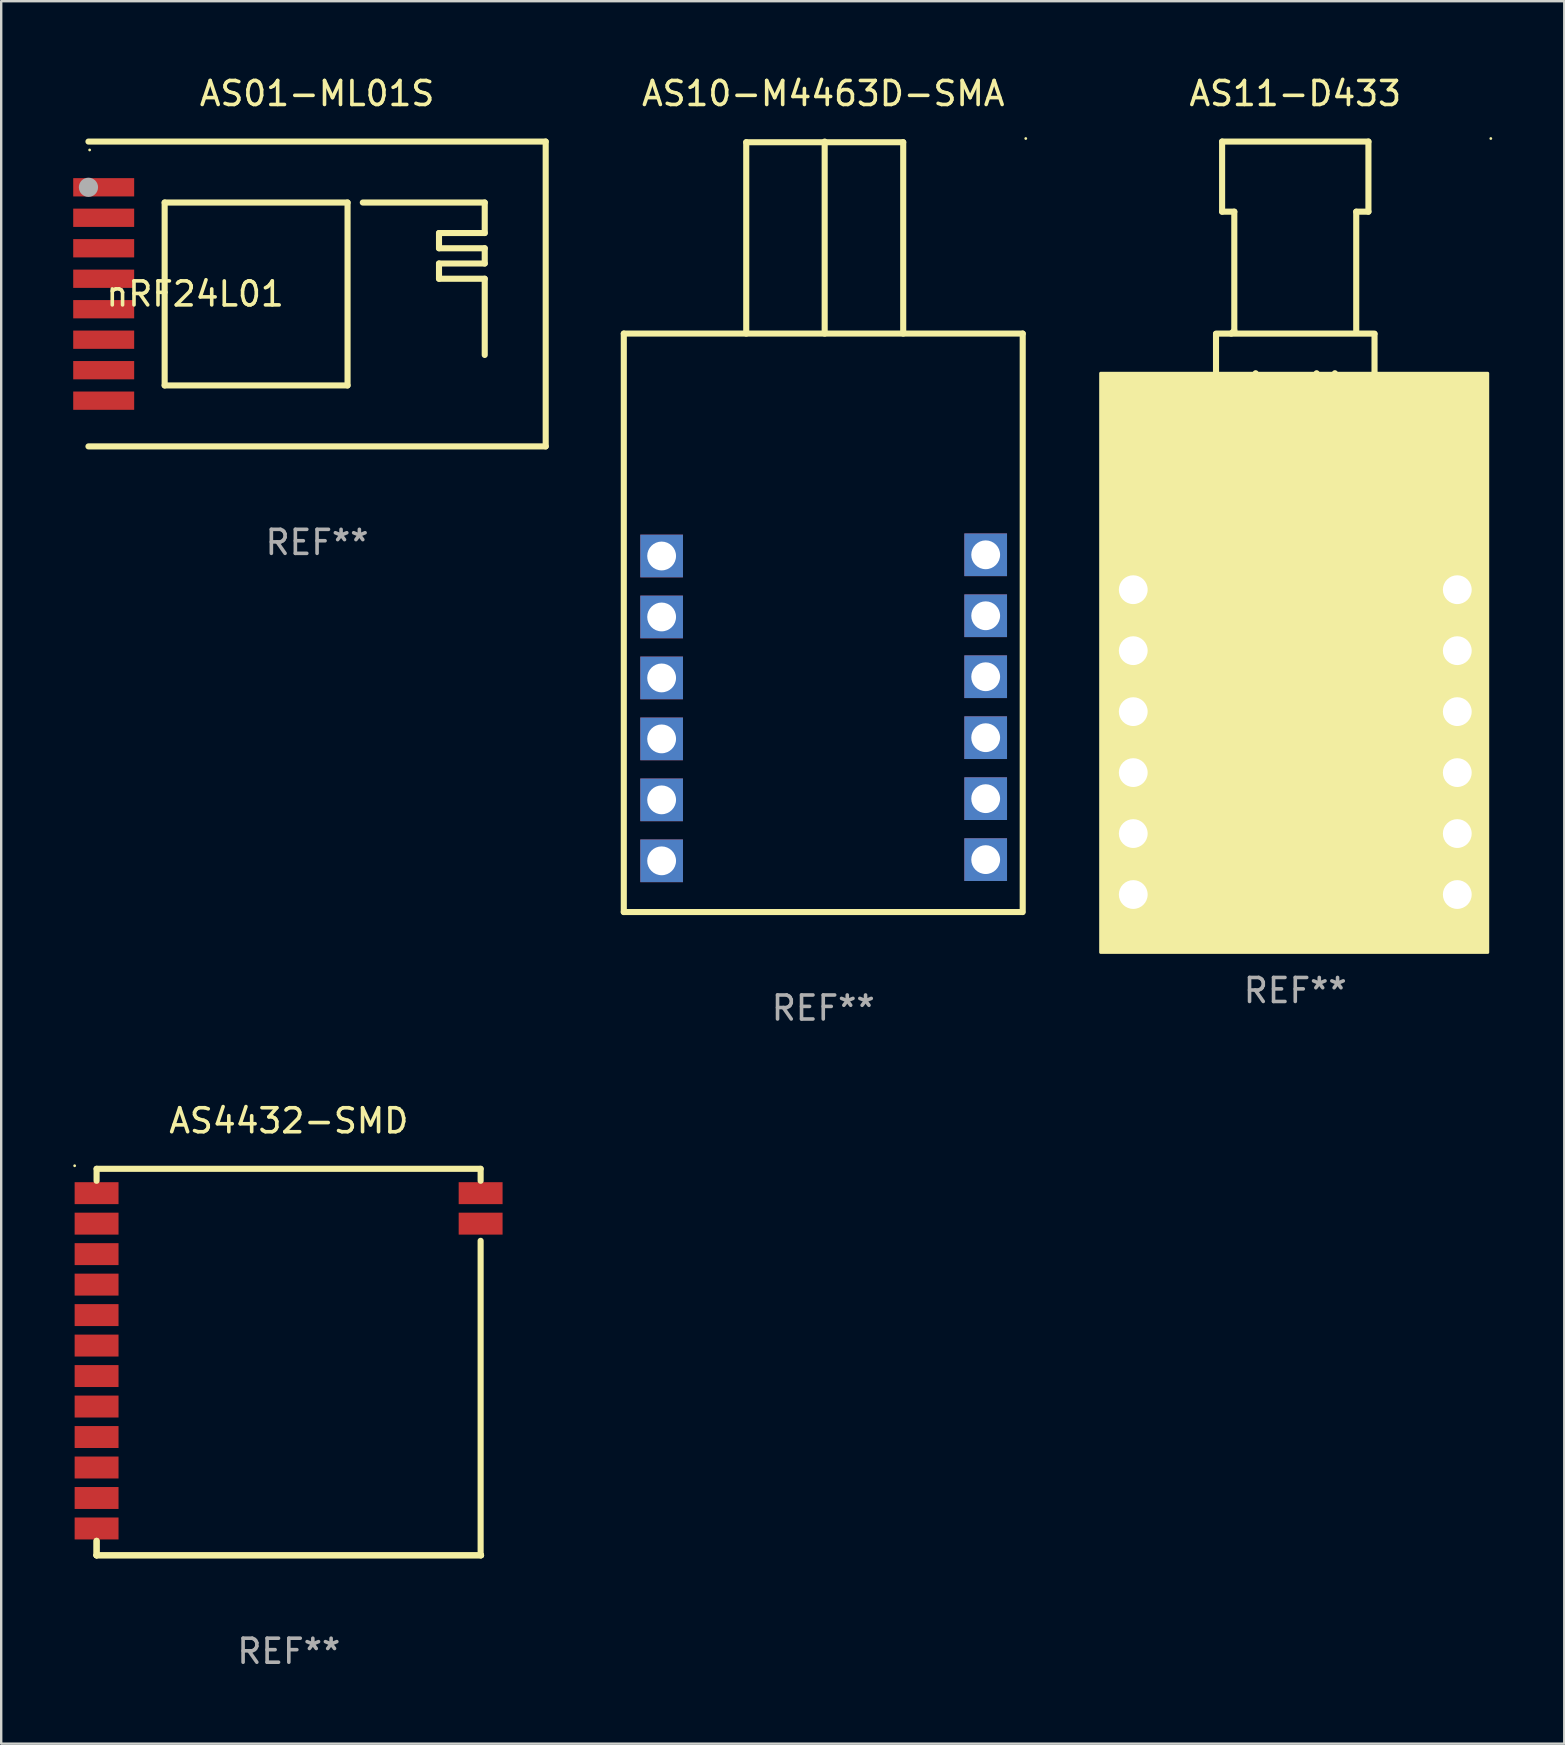
<source format=kicad_pcb>
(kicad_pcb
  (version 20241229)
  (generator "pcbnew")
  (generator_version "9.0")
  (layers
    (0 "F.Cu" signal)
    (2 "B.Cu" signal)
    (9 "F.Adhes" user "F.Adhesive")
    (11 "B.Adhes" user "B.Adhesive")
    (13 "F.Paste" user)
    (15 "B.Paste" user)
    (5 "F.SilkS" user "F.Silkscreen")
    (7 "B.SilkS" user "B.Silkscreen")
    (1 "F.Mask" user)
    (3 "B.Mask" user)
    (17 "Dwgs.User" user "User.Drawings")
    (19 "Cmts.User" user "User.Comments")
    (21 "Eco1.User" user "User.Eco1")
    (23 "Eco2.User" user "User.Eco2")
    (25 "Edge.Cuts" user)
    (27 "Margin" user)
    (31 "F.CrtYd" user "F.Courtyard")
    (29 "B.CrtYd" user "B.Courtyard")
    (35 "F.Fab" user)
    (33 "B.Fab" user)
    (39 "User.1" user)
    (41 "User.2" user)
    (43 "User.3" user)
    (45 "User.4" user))
  (footprint "AS4432-SMD"
    (layer "F.Cu")
    (at 8.983 53.696)
    (property "Reference" "AS4432-SMD" (at 0 -10.051 0) (layer "F.SilkS") (effects (font (size 1 1) (thickness 0.15))))
    (attr through_hole)
    (fp_line (start -8.009 -8.051) (end 7.991 -8.051) (stroke (width 0.254) (type solid)) (layer "F.SilkS"))
    (fp_line (start -8.009 -7.551) (end -8.009 -8.051) (stroke (width 0.254) (type solid)) (layer "F.SilkS"))
    (fp_line (start -8.009 7.449) (end -8.009 8.051) (stroke (width 0.254) (type solid)) (layer "F.SilkS"))
    (fp_line (start -8.009 8.051) (end -8.009 7.449) (stroke (width 0.254) (type solid)) (layer "F.SilkS"))
    (fp_line (start -8.009 8.051) (end -8.009 8.051) (stroke (width 0.254) (type solid)) (layer "F.SilkS"))
    (fp_line (start -8.009 8.051) (end -8.009 8.051) (stroke (width 0.254) (type solid)) (layer "F.SilkS"))
    (fp_line (start -8.009 8.051) (end 8.009 8.051) (stroke (width 0.254) (type solid)) (layer "F.SilkS"))
    (fp_line (start 7.991 -8.051) (end 7.991 -7.551) (stroke (width 0.254) (type solid)) (layer "F.SilkS"))
    (fp_line (start 7.991 8.051) (end 7.991 -5.051) (stroke (width 0.254) (type solid)) (layer "F.SilkS"))
    (fp_line (start 8.009 8.051) (end -8.009 8.051) (stroke (width 0.254) (type solid)) (layer "F.SilkS"))
    (fp_line (start 8.009 8.051) (end 8.009 8.051) (stroke (width 0.254) (type solid)) (layer "F.SilkS"))
    (fp_circle (center -8.923 -8.178) (end -8.893 -8.178) (stroke (width 0.06) (type solid)) (fill no) (layer "F.SilkS"))
    (fp_text user "REF**" (at 0 12.051 0) (layer "F.Fab") (effects (font (size 1 1) (thickness 0.15))))
    (pad "1" smd rect (at -8.009 -7.036) (size 1.829 0.914) (layers "F.Cu" "F.Mask" "F.Paste"))
    (pad "2" smd rect (at -8.009 -5.766) (size 1.829 0.914) (layers "F.Cu" "F.Mask" "F.Paste"))
    (pad "3" smd rect (at -8.009 -4.496) (size 1.829 0.914) (layers "F.Cu" "F.Mask" "F.Paste"))
    (pad "4" smd rect (at -8.009 -3.226) (size 1.829 0.914) (layers "F.Cu" "F.Mask" "F.Paste"))
    (pad "5" smd rect (at -8.009 -1.956) (size 1.829 0.914) (layers "F.Cu" "F.Mask" "F.Paste"))
    (pad "6" smd rect (at -8.009 -0.686) (size 1.829 0.914) (layers "F.Cu" "F.Mask" "F.Paste"))
    (pad "7" smd rect (at -8.009 0.584) (size 1.829 0.914) (layers "F.Cu" "F.Mask" "F.Paste"))
    (pad "8" smd rect (at -8.009 1.854) (size 1.829 0.914) (layers "F.Cu" "F.Mask" "F.Paste"))
    (pad "9" smd rect (at -8.009 3.124) (size 1.829 0.914) (layers "F.Cu" "F.Mask" "F.Paste"))
    (pad "10" smd rect (at -8.009 4.394) (size 1.829 0.914) (layers "F.Cu" "F.Mask" "F.Paste"))
    (pad "11" smd rect (at -8.009 5.664) (size 1.829 0.914) (layers "F.Cu" "F.Mask" "F.Paste"))
    (pad "12" smd rect (at -8.009 6.934) (size 1.829 0.914) (layers "F.Cu" "F.Mask" "F.Paste"))
    (pad "13" smd rect (at 7.991 -7.036) (size 1.829 0.914) (layers "F.Cu" "F.Mask" "F.Paste"))
    (pad "14" smd rect (at 7.991 -5.766) (size 1.829 0.914) (layers "F.Cu" "F.Mask" "F.Paste")))
  (footprint "AS11-D433"
    (layer "F.Cu")
    (at 50.914 18.533)
    (property "Reference" "AS11-D433" (at 0 -17.685 0) (layer "F.SilkS") (effects (font (size 1 1) (thickness 0.15))))
    (attr through_hole)
    (fp_line (start -3.302 -7.684) (end 3.302 -7.684) (stroke (width 0.254) (type solid)) (layer "F.SilkS"))
    (fp_line (start -3.302 -7.666) (end -3.302 -6.026) (stroke (width 0.254) (type solid)) (layer "F.SilkS"))
    (fp_line (start -3.302 -6.033) (end -3.302 -3.366) (stroke (width 0.254) (type solid)) (layer "F.SilkS"))
    (fp_line (start -3.302 -3.366) (end -1.651 -3.366) (stroke (width 0.254) (type solid)) (layer "F.SilkS"))
    (fp_line (start -3.048 -15.685) (end -3.048 -12.764) (stroke (width 0.254) (type solid)) (layer "F.SilkS"))
    (fp_line (start -3.048 -15.685) (end 3.048 -15.685) (stroke (width 0.254) (type solid)) (layer "F.SilkS"))
    (fp_line (start -3.048 -12.764) (end -2.54 -12.764) (stroke (width 0.254) (type solid)) (layer "F.SilkS"))
    (fp_line (start -2.54 -12.764) (end -2.54 -7.811) (stroke (width 0.254) (type solid)) (layer "F.SilkS"))
    (fp_line (start -2.54 -7.811) (end -2.667 -7.684) (stroke (width 0.254) (type solid)) (layer "F.SilkS"))
    (fp_line (start -1.651 -3.366) (end -1.651 -6.033) (stroke (width 0.254) (type solid)) (layer "F.SilkS"))
    (fp_line (start -0.889 -5.906) (end -0.889 -3.366) (stroke (width 0.254) (type solid)) (layer "F.SilkS"))
    (fp_line (start -0.889 -3.366) (end 0.889 -3.366) (stroke (width 0.254) (type solid)) (layer "F.SilkS"))
    (fp_line (start 0.889 -3.366) (end 0.889 -6.033) (stroke (width 0.254) (type solid)) (layer "F.SilkS"))
    (fp_line (start 1.651 -3.366) (end 1.651 -6.033) (stroke (width 0.254) (type solid)) (layer "F.SilkS"))
    (fp_line (start 2.54 -12.764) (end 2.54 -7.811) (stroke (width 0.254) (type solid)) (layer "F.SilkS"))
    (fp_line (start 3.048 -15.685) (end 3.048 -12.764) (stroke (width 0.254) (type solid)) (layer "F.SilkS"))
    (fp_line (start 3.048 -12.764) (end 2.54 -12.764) (stroke (width 0.254) (type solid)) (layer "F.SilkS"))
    (fp_line (start 3.302 -6.033) (end 3.302 -7.666) (stroke (width 0.254) (type solid)) (layer "F.SilkS"))
    (fp_line (start 3.302 -6.033) (end 3.302 -3.366) (stroke (width 0.254) (type solid)) (layer "F.SilkS"))
    (fp_line (start 3.302 -3.366) (end 1.651 -3.366) (stroke (width 0.254) (type solid)) (layer "F.SilkS"))
    (fp_circle (center 8.147 -15.812) (end 8.177 -15.812) (stroke (width 0.06) (type solid)) (fill no) (layer "F.SilkS"))
    (fp_poly (pts (xy -8.109 -6.033) (xy 8.02 -6.033) (xy 8.02 18.098) (xy -8.109 18.098)) (stroke (width 0.12) (type solid)) (fill yes) (layer "F.SilkS"))
    (fp_text user "REF**" (at 0 19.685 0) (layer "F.Fab") (effects (font (size 1 1) (thickness 0.15))))
    (pad "1" thru_hole circle (at 6.75 2.985) (size 2 2) (drill 1.2) (layers "*.Cu" "*.Mask"))
    (pad "2" thru_hole circle (at 6.75 5.525) (size 2 2) (drill 1.2) (layers "*.Cu" "*.Mask"))
    (pad "3" thru_hole circle (at 6.75 8.065) (size 2 2) (drill 1.2) (layers "*.Cu" "*.Mask"))
    (pad "4" thru_hole circle (at 6.75 10.605) (size 2 2) (drill 1.2) (layers "*.Cu" "*.Mask"))
    (pad "5" thru_hole circle (at 6.75 13.145) (size 2 2) (drill 1.2) (layers "*.Cu" "*.Mask"))
    (pad "6" thru_hole circle (at 6.75 15.685) (size 2 2) (drill 1.2) (layers "*.Cu" "*.Mask"))
    (pad "7" thru_hole circle (at -6.75 15.685) (size 2 2) (drill 1.2) (layers "*.Cu" "*.Mask"))
    (pad "8" thru_hole circle (at -6.75 13.145) (size 2 2) (drill 1.2) (layers "*.Cu" "*.Mask"))
    (pad "9" thru_hole circle (at -6.75 10.605) (size 2 2) (drill 1.2) (layers "*.Cu" "*.Mask"))
    (pad "10" thru_hole circle (at -6.75 8.065) (size 2 2) (drill 1.2) (layers "*.Cu" "*.Mask"))
    (pad "11" thru_hole circle (at -6.75 5.525) (size 2 2) (drill 1.2) (layers "*.Cu" "*.Mask"))
    (pad "12" thru_hole circle (at -6.75 2.985) (size 2 2) (drill 1.2) (layers "*.Cu" "*.Mask")))
  (footprint "AS10-M4463D-SMA"
    (layer "F.Cu")
    (at 31.249 18.898)
    (property "Reference" "AS10-M4463D-SMA" (at 0 -18.05 0) (layer "F.SilkS") (effects (font (size 1 1) (thickness 0.15))))
    (attr through_hole)
    (fp_line (start -8.31 -8.05) (end 8.31 -8.05) (stroke (width 0.254) (type solid)) (layer "F.SilkS"))
    (fp_line (start -8.31 16.05) (end -8.31 -8.05) (stroke (width 0.254) (type solid)) (layer "F.SilkS"))
    (fp_line (start -3.209 -16.023) (end -3.209 -8.05) (stroke (width 0.254) (type solid)) (layer "F.SilkS"))
    (fp_line (start -3.209 -16.023) (end 3.331 -16.023) (stroke (width 0.254) (type solid)) (layer "F.SilkS"))
    (fp_line (start 0.059 -8.05) (end 0.059 -16.05) (stroke (width 0.254) (type solid)) (layer "F.SilkS"))
    (fp_line (start 3.331 -16.023) (end 3.331 -8.05) (stroke (width 0.254) (type solid)) (layer "F.SilkS"))
    (fp_line (start 8.289 16.05) (end -8.31 16.05) (stroke (width 0.254) (type solid)) (layer "F.SilkS"))
    (fp_line (start 8.31 -8.05) (end 8.31 16.05) (stroke (width 0.254) (type solid)) (layer "F.SilkS"))
    (fp_circle (center 8.437 -16.177) (end 8.467 -16.177) (stroke (width 0.06) (type solid)) (fill no) (layer "F.SilkS"))
    (fp_text user "REF**" (at 0 20.05 0) (layer "F.Fab") (effects (font (size 1 1) (thickness 0.15))))
    (pad "1" thru_hole rect (at 6.767 1.166 270) (size 1.778 1.778) (drill 1.2) (layers "*.Cu" "*.Mask"))
    (pad "2" thru_hole rect (at 6.767 3.706 270) (size 1.778 1.778) (drill 1.2) (layers "*.Cu" "*.Mask"))
    (pad "3" thru_hole rect (at 6.767 6.246 270) (size 1.778 1.778) (drill 1.2) (layers "*.Cu" "*.Mask"))
    (pad "4" thru_hole rect (at 6.767 8.786 270) (size 1.778 1.778) (drill 1.2) (layers "*.Cu" "*.Mask"))
    (pad "5" thru_hole rect (at 6.767 11.326 270) (size 1.778 1.778) (drill 1.2) (layers "*.Cu" "*.Mask"))
    (pad "6" thru_hole rect (at 6.767 13.866 270) (size 1.778 1.778) (drill 1.2) (layers "*.Cu" "*.Mask"))
    (pad "7" thru_hole rect (at -6.734 13.916 90) (size 1.778 1.778) (drill 1.2) (layers "*.Cu" "*.Mask"))
    (pad "8" thru_hole rect (at -6.734 11.376 90) (size 1.778 1.778) (drill 1.2) (layers "*.Cu" "*.Mask"))
    (pad "9" thru_hole rect (at -6.734 8.836 90) (size 1.778 1.778) (drill 1.2) (layers "*.Cu" "*.Mask"))
    (pad "10" thru_hole rect (at -6.734 6.296 90) (size 1.778 1.778) (drill 1.2) (layers "*.Cu" "*.Mask"))
    (pad "11" thru_hole rect (at -6.734 3.756 90) (size 1.778 1.778) (drill 1.2) (layers "*.Cu" "*.Mask"))
    (pad "12" thru_hole rect (at -6.734 1.216 90) (size 1.778 1.778) (drill 1.2) (layers "*.Cu" "*.Mask")))
  (footprint "AS01-ML01S"
    (layer "F.Cu")
    (at 10.16 9.198)
    (property "Reference" "AS01-ML01S" (at 0 -8.35 0) (layer "F.SilkS") (effects (font (size 1 1) (thickness 0.15))))
    (attr through_hole)
    (fp_line (start -9.525 -6.35) (end 9.525 -6.35) (stroke (width 0.254) (type solid)) (layer "F.SilkS"))
    (fp_line (start -9.525 6.35) (end 9.525 6.35) (stroke (width 0.254) (type solid)) (layer "F.SilkS"))
    (fp_line (start -6.35 -3.81) (end -6.35 3.81) (stroke (width 0.254) (type solid)) (layer "F.SilkS"))
    (fp_line (start -6.35 3.81) (end 1.27 3.81) (stroke (width 0.254) (type solid)) (layer "F.SilkS"))
    (fp_line (start 1.27 -3.81) (end -6.35 -3.81) (stroke (width 0.254) (type solid)) (layer "F.SilkS"))
    (fp_line (start 1.27 3.81) (end 1.27 -3.81) (stroke (width 0.254) (type solid)) (layer "F.SilkS"))
    (fp_line (start 1.905 -3.81) (end 6.985 -3.81) (stroke (width 0.254) (type solid)) (layer "F.SilkS"))
    (fp_line (start 5.08 -2.54) (end 5.08 -1.905) (stroke (width 0.254) (type solid)) (layer "F.SilkS"))
    (fp_line (start 5.08 -1.905) (end 6.985 -1.905) (stroke (width 0.254) (type solid)) (layer "F.SilkS"))
    (fp_line (start 5.08 -1.27) (end 5.08 -0.635) (stroke (width 0.254) (type solid)) (layer "F.SilkS"))
    (fp_line (start 5.08 -0.635) (end 6.985 -0.635) (stroke (width 0.254) (type solid)) (layer "F.SilkS"))
    (fp_line (start 6.985 -3.81) (end 6.985 -2.54) (stroke (width 0.254) (type solid)) (layer "F.SilkS"))
    (fp_line (start 6.985 -2.54) (end 5.08 -2.54) (stroke (width 0.254) (type solid)) (layer "F.SilkS"))
    (fp_line (start 6.985 -1.905) (end 6.985 -1.27) (stroke (width 0.254) (type solid)) (layer "F.SilkS"))
    (fp_line (start 6.985 -1.27) (end 5.08 -1.27) (stroke (width 0.254) (type solid)) (layer "F.SilkS"))
    (fp_line (start 6.985 -0.635) (end 6.985 2.54) (stroke (width 0.254) (type solid)) (layer "F.SilkS"))
    (fp_line (start 9.525 6.35) (end 9.525 -6.35) (stroke (width 0.254) (type solid)) (layer "F.SilkS"))
    (fp_circle (center -9.475 -6) (end -9.445 -6) (stroke (width 0.06) (type solid)) (fill no) (layer "F.SilkS"))
    (fp_circle (center -9.525 -4.445) (end -9.325 -4.445) (stroke (width 0.4) (type solid)) (fill no) (layer "F.Fab"))
    (fp_text user "nRF24L01" (at -5.08 0 0) (layer "F.SilkS") (effects (font (size 1 1) (thickness 0.15))))
    (fp_text user "REF**" (at 0 10.35 0) (layer "F.Fab") (effects (font (size 1 1) (thickness 0.15))))
    (pad "1" smd rect (at -8.89 -4.445) (size 2.54 0.762) (layers "F.Cu" "F.Mask" "F.Paste"))
    (pad "2" smd rect (at -8.89 -3.175) (size 2.54 0.762) (layers "F.Cu" "F.Mask" "F.Paste"))
    (pad "3" smd rect (at -8.89 -1.905) (size 2.54 0.762) (layers "F.Cu" "F.Mask" "F.Paste"))
    (pad "4" smd rect (at -8.89 -0.635) (size 2.54 0.762) (layers "F.Cu" "F.Mask" "F.Paste"))
    (pad "5" smd rect (at -8.89 0.635) (size 2.54 0.762) (layers "F.Cu" "F.Mask" "F.Paste"))
    (pad "6" smd rect (at -8.89 1.905) (size 2.54 0.762) (layers "F.Cu" "F.Mask" "F.Paste"))
    (pad "7" smd rect (at -8.89 3.175) (size 2.54 0.762) (layers "F.Cu" "F.Mask" "F.Paste"))
    (pad "8" smd rect (at -8.89 4.445) (size 2.54 0.762) (layers "F.Cu" "F.Mask" "F.Paste")))
  (gr_rect
    (start -3 -3)
    (end 62.121 69.596)
    (stroke (width 0.1) (type default))
    (fill no)
    (layer "Edge.Cuts")))
</source>
